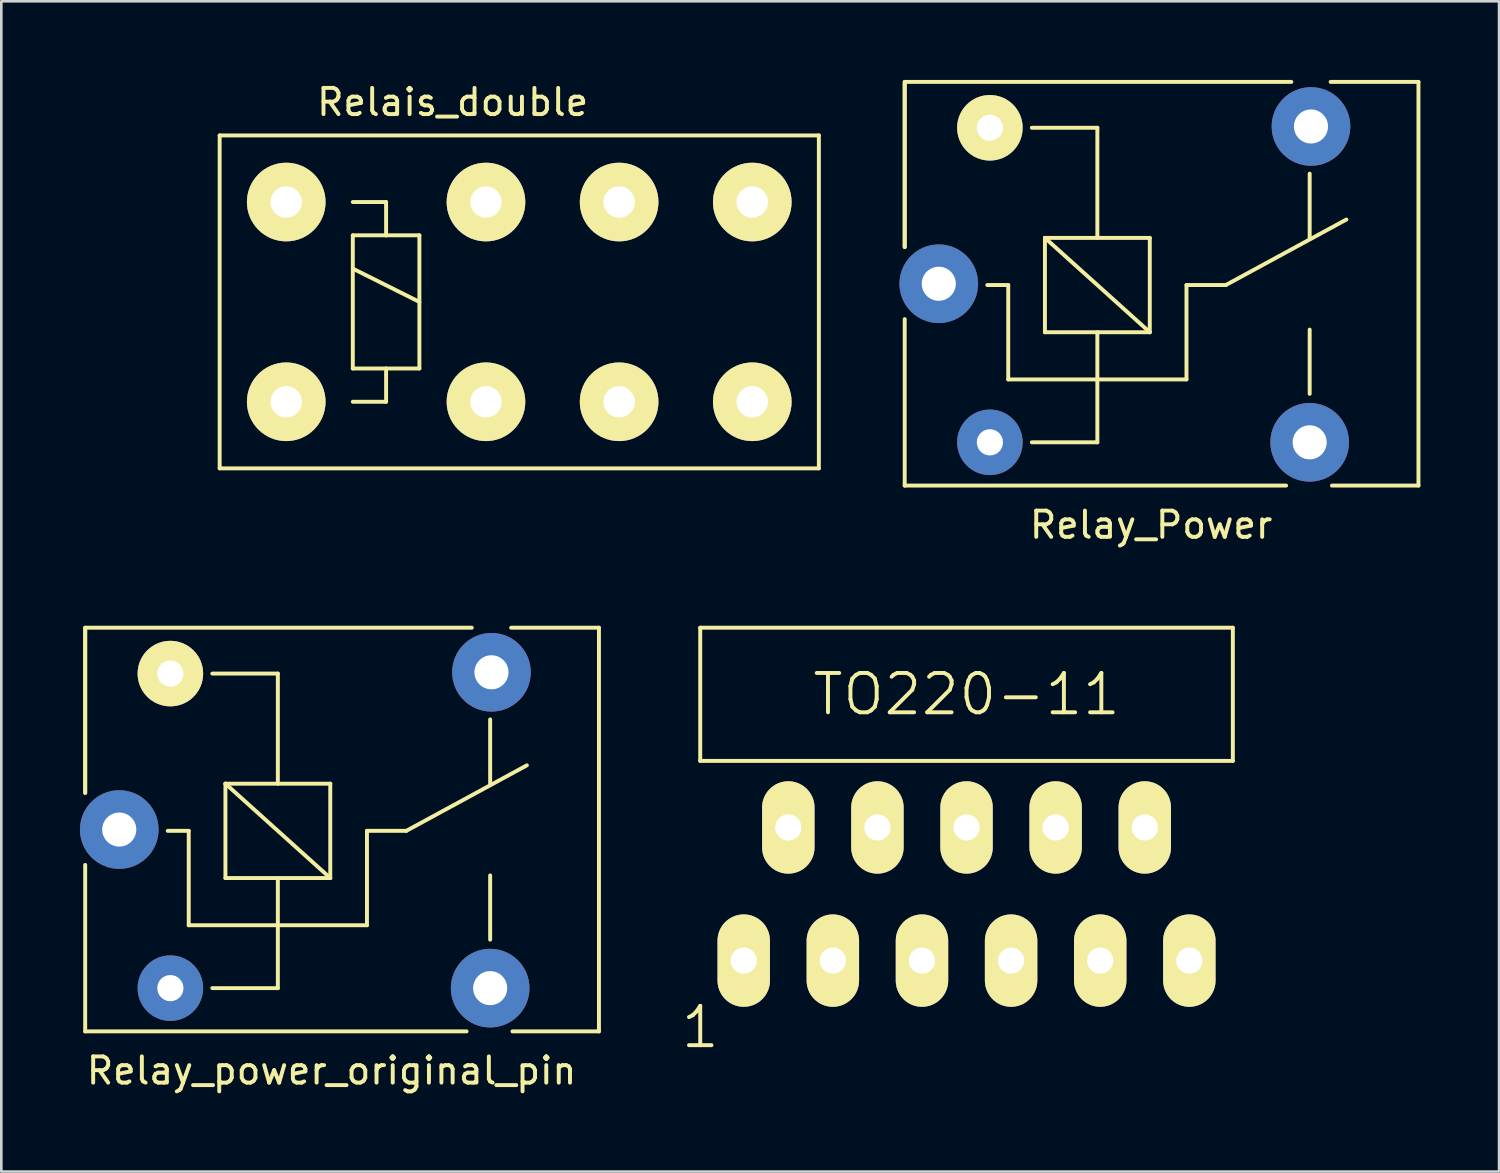
<source format=kicad_pcb>
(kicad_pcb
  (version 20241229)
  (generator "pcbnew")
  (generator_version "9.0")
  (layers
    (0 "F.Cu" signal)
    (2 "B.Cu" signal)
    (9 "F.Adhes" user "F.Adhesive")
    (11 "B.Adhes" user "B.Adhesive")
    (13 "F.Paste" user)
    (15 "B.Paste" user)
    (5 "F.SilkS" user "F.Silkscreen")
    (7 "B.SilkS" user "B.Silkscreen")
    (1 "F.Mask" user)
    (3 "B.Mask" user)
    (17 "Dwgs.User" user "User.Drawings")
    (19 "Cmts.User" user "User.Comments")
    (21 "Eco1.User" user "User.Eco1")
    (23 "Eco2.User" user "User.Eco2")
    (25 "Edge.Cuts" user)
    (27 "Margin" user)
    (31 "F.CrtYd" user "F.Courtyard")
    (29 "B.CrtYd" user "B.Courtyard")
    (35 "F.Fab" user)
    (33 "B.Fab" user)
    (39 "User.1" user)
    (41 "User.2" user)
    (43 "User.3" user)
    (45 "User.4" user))
  (footprint "Relay_Power"
    (layer "F.Cu")
    (at 32.765 7.775)
    (property "Reference" "Relay_Power" (at 8.1 9.2 0) (layer "F.SilkS") (effects (font (size 1 1) (thickness 0.15))))
    (attr through_hole)
    (fp_line (start -1.3 -7.7) (end 13.45 -7.7) (stroke (width 0.15) (type solid)) (layer "F.SilkS"))
    (fp_line (start -1.3 -7.65) (end -1.3 -1.4) (stroke (width 0.15) (type solid)) (layer "F.SilkS"))
    (fp_line (start -1.3 -1.4) (end -1.3 -7.7) (stroke (width 0.15) (type solid)) (layer "F.SilkS"))
    (fp_line (start -1.3 1.35) (end -1.3 7.7) (stroke (width 0.15) (type solid)) (layer "F.SilkS"))
    (fp_line (start -1.3 7.7) (end 13.25 7.7) (stroke (width 0.15) (type solid)) (layer "F.SilkS"))
    (fp_line (start 2.65 0.05) (end 1.85 0.05) (stroke (width 0.15) (type solid)) (layer "F.SilkS"))
    (fp_line (start 2.65 0.05) (end 2.65 3.65) (stroke (width 0.15) (type solid)) (layer "F.SilkS"))
    (fp_line (start 3.55 6.05) (end 6.05 6.05) (stroke (width 0.15) (type solid)) (layer "F.SilkS"))
    (fp_line (start 4.05 -1.75) (end 8.05 -1.75) (stroke (width 0.15) (type solid)) (layer "F.SilkS"))
    (fp_line (start 4.05 1.85) (end 4.05 -1.75) (stroke (width 0.15) (type solid)) (layer "F.SilkS"))
    (fp_line (start 6.05 -5.95) (end 3.55 -5.95) (stroke (width 0.15) (type solid)) (layer "F.SilkS"))
    (fp_line (start 6.05 -5.95) (end 6.05 -1.75) (stroke (width 0.15) (type solid)) (layer "F.SilkS"))
    (fp_line (start 6.05 1.85) (end 6.05 6.05) (stroke (width 0.15) (type solid)) (layer "F.SilkS"))
    (fp_line (start 8.05 -1.75) (end 8.05 1.85) (stroke (width 0.15) (type solid)) (layer "F.SilkS"))
    (fp_line (start 8.05 1.85) (end 4.05 -1.75) (stroke (width 0.15) (type solid)) (layer "F.SilkS"))
    (fp_line (start 8.05 1.85) (end 4.05 1.85) (stroke (width 0.15) (type solid)) (layer "F.SilkS"))
    (fp_line (start 9.45 0.05) (end 9.45 3.65) (stroke (width 0.15) (type solid)) (layer "F.SilkS"))
    (fp_line (start 9.45 0.05) (end 10.95 0.05) (stroke (width 0.15) (type solid)) (layer "F.SilkS"))
    (fp_line (start 9.45 3.65) (end 2.65 3.65) (stroke (width 0.15) (type solid)) (layer "F.SilkS"))
    (fp_line (start 10.95 0.05) (end 15.55 -2.45) (stroke (width 0.15) (type solid)) (layer "F.SilkS"))
    (fp_line (start 14.15 -4.2) (end 14.15 -1.7) (stroke (width 0.15) (type solid)) (layer "F.SilkS"))
    (fp_line (start 14.15 4.2) (end 14.15 1.75) (stroke (width 0.15) (type solid)) (layer "F.SilkS"))
    (fp_line (start 15 7.7) (end 18.3 7.7) (stroke (width 0.15) (type solid)) (layer "F.SilkS"))
    (fp_line (start 18.3 -7.7) (end 14.95 -7.7) (stroke (width 0.15) (type solid)) (layer "F.SilkS"))
    (fp_line (start 18.3 7.7) (end 18.3 -7.7) (stroke (width 0.15) (type solid)) (layer "F.SilkS"))
    (pad "1" thru_hole circle (at 14.15 6.05 90) (size 3 3) (drill 1.3) (layers "*.Cu" "*.Mask"))
    (pad "3" thru_hole circle (at 14.2 -6 90) (size 3 3) (drill 1.3) (layers "*.Cu" "*.Mask"))
    (pad "5" thru_hole circle (at 0 0 90) (size 3 3) (drill 1.3) (layers "*.Cu" "*.Mask"))
    (pad "8" thru_hole circle (at 1.95 -5.95 90) (size 2.5 2.5) (drill 1) (layers "*.Cu" "*.Mask" "F.SilkS"))
    (pad "9" thru_hole circle (at 1.95 6.05 90) (size 2.5 2.5) (drill 1) (layers "*.Cu" "*.Mask")))
  (footprint "TO220-11"
    (layer "F.Cu")
    (at 33.824 28.518)
    (property "Reference" "TO220-11" (at 0 -5.08 0) (layer "F.SilkS") (effects (font (size 1.5 1.5) (thickness 0.15))))
    (attr through_hole)
    (fp_line (start -10.16 -7.62) (end -10.16 -2.54) (stroke (width 0.15) (type solid)) (layer "F.SilkS"))
    (fp_line (start -10.16 -2.54) (end 10.16 -2.54) (stroke (width 0.15) (type solid)) (layer "F.SilkS"))
    (fp_line (start 10.16 -7.62) (end -10.16 -7.62) (stroke (width 0.15) (type solid)) (layer "F.SilkS"))
    (fp_line (start 10.16 -2.54) (end 10.16 -7.62) (stroke (width 0.15) (type solid)) (layer "F.SilkS"))
    (fp_text user "1" (at -10.16 7.62 0) (layer "F.SilkS") (effects (font (size 1.5 1.5) (thickness 0.15))))
    (pad "1" thru_hole oval (at -8.5 5.08) (size 2 3.524) (drill 1) (layers "*.Cu" "*.Mask" "F.SilkS"))
    (pad "2" thru_hole oval (at -6.8 0) (size 2 3.524) (drill 1) (layers "*.Cu" "*.Mask" "F.SilkS"))
    (pad "3" thru_hole oval (at -5.1 5.08) (size 2 3.524) (drill 1) (layers "*.Cu" "*.Mask" "F.SilkS"))
    (pad "4" thru_hole oval (at -3.4 0) (size 2 3.524) (drill 1) (layers "*.Cu" "*.Mask" "F.SilkS"))
    (pad "5" thru_hole oval (at -1.7 5.08) (size 2 3.524) (drill 1) (layers "*.Cu" "*.Mask" "F.SilkS"))
    (pad "6" thru_hole oval (at 0 0) (size 2 3.524) (drill 1) (layers "*.Cu" "*.Mask" "F.SilkS"))
    (pad "7" thru_hole oval (at 1.7 5.08) (size 2 3.524) (drill 1) (layers "*.Cu" "*.Mask" "F.SilkS"))
    (pad "8" thru_hole oval (at 3.4 0) (size 2 3.524) (drill 1) (layers "*.Cu" "*.Mask" "F.SilkS"))
    (pad "9" thru_hole oval (at 5.1 5.08) (size 2 3.524) (drill 1) (layers "*.Cu" "*.Mask" "F.SilkS"))
    (pad "10" thru_hole oval (at 6.8 0) (size 2 3.524) (drill 1) (layers "*.Cu" "*.Mask" "F.SilkS"))
    (pad "11" thru_hole oval (at 8.5 5.08) (size 2 3.524) (drill 1) (layers "*.Cu" "*.Mask" "F.SilkS")))
  (footprint "Relais_double"
    (layer "F.Cu")
    (at 0.25 12.278)
    (property "Reference" "Relais_double" (at 13.97 -11.43 0) (layer "F.SilkS") (effects (font (size 1 1) (thickness 0.15))))
    (attr through_hole)
    (fp_line (start 5.08 -10.16) (end 27.94 -10.16) (stroke (width 0.15) (type solid)) (layer "F.SilkS"))
    (fp_line (start 5.08 2.54) (end 5.08 -10.16) (stroke (width 0.15) (type solid)) (layer "F.SilkS"))
    (fp_line (start 10.16 -7.62) (end 11.43 -7.62) (stroke (width 0.15) (type solid)) (layer "F.SilkS"))
    (fp_line (start 10.16 -6.35) (end 11.43 -6.35) (stroke (width 0.15) (type solid)) (layer "F.SilkS"))
    (fp_line (start 10.16 -5.08) (end 12.7 -3.81) (stroke (width 0.15) (type solid)) (layer "F.SilkS"))
    (fp_line (start 10.16 -1.27) (end 10.16 -6.35) (stroke (width 0.15) (type solid)) (layer "F.SilkS"))
    (fp_line (start 11.43 -7.62) (end 11.43 -6.35) (stroke (width 0.15) (type solid)) (layer "F.SilkS"))
    (fp_line (start 11.43 -6.35) (end 12.7 -6.35) (stroke (width 0.15) (type solid)) (layer "F.SilkS"))
    (fp_line (start 11.43 -1.27) (end 11.43 0) (stroke (width 0.15) (type solid)) (layer "F.SilkS"))
    (fp_line (start 11.43 0) (end 10.16 0) (stroke (width 0.15) (type solid)) (layer "F.SilkS"))
    (fp_line (start 12.7 -6.35) (end 12.7 -1.27) (stroke (width 0.15) (type solid)) (layer "F.SilkS"))
    (fp_line (start 12.7 -1.27) (end 10.16 -1.27) (stroke (width 0.15) (type solid)) (layer "F.SilkS"))
    (fp_line (start 27.94 -10.16) (end 27.94 2.54) (stroke (width 0.15) (type solid)) (layer "F.SilkS"))
    (fp_line (start 27.94 2.54) (end 5.08 2.54) (stroke (width 0.15) (type solid)) (layer "F.SilkS"))
    (pad "1" thru_hole circle (at 25.4 0) (size 3 3) (drill 1.199) (layers "*.Cu" "*.Mask" "F.SilkS"))
    (pad "3" thru_hole circle (at 20.32 0) (size 3 3) (drill 1.199) (layers "*.Cu" "*.Mask" "F.SilkS"))
    (pad "5" thru_hole circle (at 15.24 0) (size 3 3) (drill 1.199) (layers "*.Cu" "*.Mask" "F.SilkS"))
    (pad "8" thru_hole circle (at 7.62 0) (size 3 3) (drill 1.199) (layers "*.Cu" "*.Mask" "F.SilkS"))
    (pad "9" thru_hole circle (at 7.62 -7.62) (size 3 3) (drill 1.199) (layers "*.Cu" "*.Mask" "F.SilkS"))
    (pad "12" thru_hole circle (at 15.24 -7.62) (size 3 3) (drill 1.199) (layers "*.Cu" "*.Mask" "F.SilkS"))
    (pad "14" thru_hole circle (at 20.32 -7.62) (size 3 3) (drill 1.199) (layers "*.Cu" "*.Mask" "F.SilkS"))
    (pad "16" thru_hole circle (at 25.4 -7.62) (size 3 3) (drill 1.199) (layers "*.Cu" "*.Mask" "F.SilkS")))
  (footprint "Relay_power_original_pin"
    (layer "F.Cu")
    (at 1.5 28.598)
    (property "Reference" "Relay_power_original_pin" (at 8.1 9.2 0) (layer "F.SilkS") (effects (font (size 1 1) (thickness 0.15))))
    (attr through_hole)
    (fp_line (start -1.3 -7.7) (end 13.45 -7.7) (stroke (width 0.15) (type solid)) (layer "F.SilkS"))
    (fp_line (start -1.3 -7.65) (end -1.3 -1.4) (stroke (width 0.15) (type solid)) (layer "F.SilkS"))
    (fp_line (start -1.3 -1.4) (end -1.3 -7.7) (stroke (width 0.15) (type solid)) (layer "F.SilkS"))
    (fp_line (start -1.3 1.35) (end -1.3 7.7) (stroke (width 0.15) (type solid)) (layer "F.SilkS"))
    (fp_line (start -1.3 7.7) (end 13.25 7.7) (stroke (width 0.15) (type solid)) (layer "F.SilkS"))
    (fp_line (start 2.65 0.05) (end 1.85 0.05) (stroke (width 0.15) (type solid)) (layer "F.SilkS"))
    (fp_line (start 2.65 0.05) (end 2.65 3.65) (stroke (width 0.15) (type solid)) (layer "F.SilkS"))
    (fp_line (start 3.55 6.05) (end 6.05 6.05) (stroke (width 0.15) (type solid)) (layer "F.SilkS"))
    (fp_line (start 4.05 -1.75) (end 8.05 -1.75) (stroke (width 0.15) (type solid)) (layer "F.SilkS"))
    (fp_line (start 4.05 1.85) (end 4.05 -1.75) (stroke (width 0.15) (type solid)) (layer "F.SilkS"))
    (fp_line (start 6.05 -5.95) (end 3.55 -5.95) (stroke (width 0.15) (type solid)) (layer "F.SilkS"))
    (fp_line (start 6.05 -5.95) (end 6.05 -1.75) (stroke (width 0.15) (type solid)) (layer "F.SilkS"))
    (fp_line (start 6.05 1.85) (end 6.05 6.05) (stroke (width 0.15) (type solid)) (layer "F.SilkS"))
    (fp_line (start 8.05 -1.75) (end 8.05 1.85) (stroke (width 0.15) (type solid)) (layer "F.SilkS"))
    (fp_line (start 8.05 1.85) (end 4.05 -1.75) (stroke (width 0.15) (type solid)) (layer "F.SilkS"))
    (fp_line (start 8.05 1.85) (end 4.05 1.85) (stroke (width 0.15) (type solid)) (layer "F.SilkS"))
    (fp_line (start 9.45 0.05) (end 9.45 3.65) (stroke (width 0.15) (type solid)) (layer "F.SilkS"))
    (fp_line (start 9.45 0.05) (end 10.95 0.05) (stroke (width 0.15) (type solid)) (layer "F.SilkS"))
    (fp_line (start 9.45 3.65) (end 2.65 3.65) (stroke (width 0.15) (type solid)) (layer "F.SilkS"))
    (fp_line (start 10.95 0.05) (end 15.55 -2.45) (stroke (width 0.15) (type solid)) (layer "F.SilkS"))
    (fp_line (start 14.15 -4.2) (end 14.15 -1.7) (stroke (width 0.15) (type solid)) (layer "F.SilkS"))
    (fp_line (start 14.15 4.2) (end 14.15 1.75) (stroke (width 0.15) (type solid)) (layer "F.SilkS"))
    (fp_line (start 15 7.7) (end 18.3 7.7) (stroke (width 0.15) (type solid)) (layer "F.SilkS"))
    (fp_line (start 18.3 -7.7) (end 14.95 -7.7) (stroke (width 0.15) (type solid)) (layer "F.SilkS"))
    (fp_line (start 18.3 7.7) (end 18.3 -7.7) (stroke (width 0.15) (type solid)) (layer "F.SilkS"))
    (pad "1" thru_hole circle (at 0 0 90) (size 3 3) (drill 1.3) (layers "*.Cu" "*.Mask"))
    (pad "2" thru_hole circle (at 1.95 6.05 90) (size 2.5 2.5) (drill 1) (layers "*.Cu" "*.Mask"))
    (pad "3" thru_hole circle (at 14.15 6.05 90) (size 3 3) (drill 1.3) (layers "*.Cu" "*.Mask"))
    (pad "4" thru_hole circle (at 14.2 -6 90) (size 3 3) (drill 1.3) (layers "*.Cu" "*.Mask"))
    (pad "5" thru_hole circle (at 1.95 -5.95 90) (size 2.5 2.5) (drill 1) (layers "*.Cu" "*.Mask" "F.SilkS")))
  (gr_rect
    (start -3 -3)
    (end 54.14 41.647)
    (stroke (width 0.1) (type default))
    (fill no)
    (layer "Edge.Cuts")))
</source>
